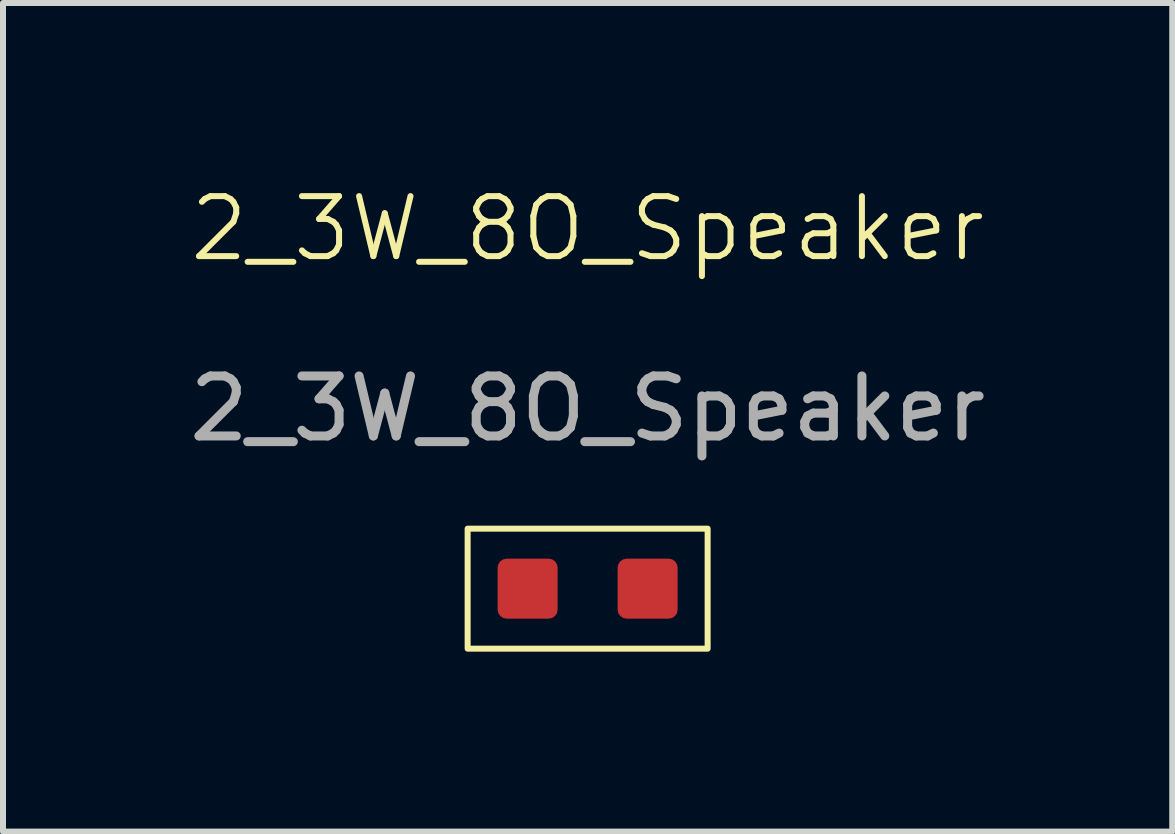
<source format=kicad_pcb>
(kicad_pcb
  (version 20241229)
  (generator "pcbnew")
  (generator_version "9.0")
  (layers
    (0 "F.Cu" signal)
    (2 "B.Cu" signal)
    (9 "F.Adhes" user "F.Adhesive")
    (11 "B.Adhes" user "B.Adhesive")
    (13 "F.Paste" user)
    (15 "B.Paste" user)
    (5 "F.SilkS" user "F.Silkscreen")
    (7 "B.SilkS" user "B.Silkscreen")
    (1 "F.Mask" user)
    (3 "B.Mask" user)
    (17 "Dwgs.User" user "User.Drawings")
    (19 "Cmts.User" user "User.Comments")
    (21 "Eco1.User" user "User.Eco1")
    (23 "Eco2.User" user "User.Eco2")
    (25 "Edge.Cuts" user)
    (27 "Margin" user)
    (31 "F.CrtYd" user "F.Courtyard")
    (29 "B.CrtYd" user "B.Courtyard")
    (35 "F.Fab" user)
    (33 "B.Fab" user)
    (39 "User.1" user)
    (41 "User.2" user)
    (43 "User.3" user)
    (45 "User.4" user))
  (footprint "2_3W_8O_Speaker"
    (layer "F.Cu")
    (at 6.744 5.761)
    (property "Reference" "2_3W_8O_Speaker" (at 0 -5 0) (unlocked yes) (layer "F.SilkS") (effects (font (size 1 1) (thickness 0.1))))
    (attr smd)
    (fp_rect (start -2 0) (end 2 2) (stroke (width 0.1) (type default)) (fill no) (layer "F.SilkS"))
    (fp_text user "${REFERENCE}" (at 0 -2 0) (unlocked yes) (layer "F.Fab") (effects (font (size 1 1) (thickness 0.15))))
    (pad "1" smd roundrect (at -1 1) (size 1 1) (layers "F.Cu" "F.Mask" "F.Paste") (roundrect_rratio 0.15))
    (pad "2" smd roundrect (at 1 1) (size 1 1) (layers "F.Cu" "F.Mask" "F.Paste") (roundrect_rratio 0.15)))
  (gr_rect
    (start -3 -3)
    (end 16.488 10.81)
    (stroke (width 0.1) (type default))
    (fill no)
    (layer "Edge.Cuts")))
</source>
